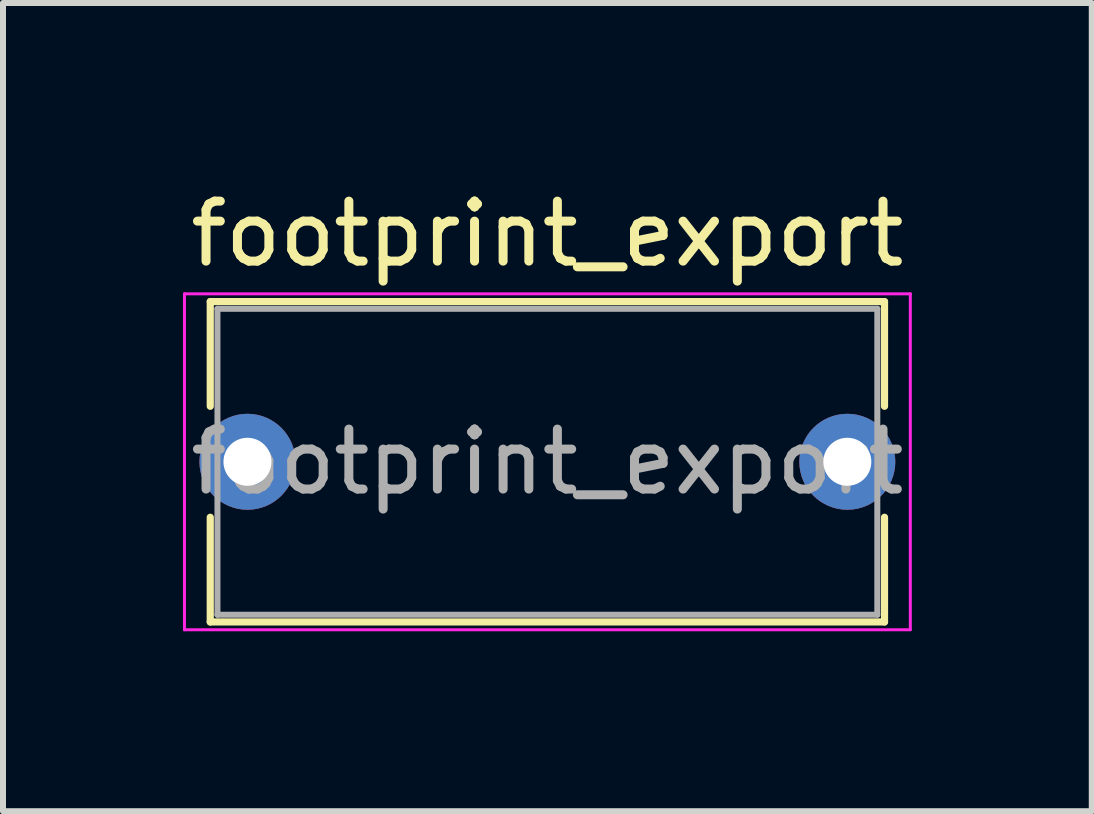
<source format=kicad_pcb>
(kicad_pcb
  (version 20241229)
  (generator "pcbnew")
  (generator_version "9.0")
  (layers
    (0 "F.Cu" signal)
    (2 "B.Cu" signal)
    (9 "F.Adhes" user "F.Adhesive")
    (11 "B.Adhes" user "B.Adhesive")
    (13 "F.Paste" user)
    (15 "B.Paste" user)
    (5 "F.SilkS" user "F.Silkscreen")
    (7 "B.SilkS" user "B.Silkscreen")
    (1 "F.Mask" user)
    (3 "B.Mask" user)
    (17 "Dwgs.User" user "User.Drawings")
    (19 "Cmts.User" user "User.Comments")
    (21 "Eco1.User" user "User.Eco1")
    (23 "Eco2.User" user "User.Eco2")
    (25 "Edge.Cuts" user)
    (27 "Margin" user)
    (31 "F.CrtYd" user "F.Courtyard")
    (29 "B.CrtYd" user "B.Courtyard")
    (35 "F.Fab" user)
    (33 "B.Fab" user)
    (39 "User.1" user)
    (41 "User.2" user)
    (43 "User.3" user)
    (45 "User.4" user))
  (footprint "footprint_export"
    (layer "F.Cu")
    (at 1.075 4.648)
    (property "Reference" "footprint_export" (at 5 -3.8 0) (layer "F.SilkS") (effects (font (size 1 1) (thickness 0.15))))
    (attr through_hole)
    (fp_line (start -0.62 -2.67) (end -0.62 -0.925) (stroke (width 0.12) (type solid)) (layer "F.SilkS"))
    (fp_line (start -0.62 -2.67) (end 10.62 -2.67) (stroke (width 0.12) (type solid)) (layer "F.SilkS"))
    (fp_line (start -0.62 0.925) (end -0.62 2.67) (stroke (width 0.12) (type solid)) (layer "F.SilkS"))
    (fp_line (start -0.62 2.67) (end 10.62 2.67) (stroke (width 0.12) (type solid)) (layer "F.SilkS"))
    (fp_line (start 10.62 -2.67) (end 10.62 -0.925) (stroke (width 0.12) (type solid)) (layer "F.SilkS"))
    (fp_line (start 10.62 0.925) (end 10.62 2.67) (stroke (width 0.12) (type solid)) (layer "F.SilkS"))
    (fp_line (start -1.05 -2.8) (end -1.05 2.8) (stroke (width 0.05) (type solid)) (layer "F.CrtYd"))
    (fp_line (start -1.05 2.8) (end 11.05 2.8) (stroke (width 0.05) (type solid)) (layer "F.CrtYd"))
    (fp_line (start 11.05 -2.8) (end -1.05 -2.8) (stroke (width 0.05) (type solid)) (layer "F.CrtYd"))
    (fp_line (start 11.05 2.8) (end 11.05 -2.8) (stroke (width 0.05) (type solid)) (layer "F.CrtYd"))
    (fp_line (start -0.5 -2.55) (end -0.5 2.55) (stroke (width 0.1) (type solid)) (layer "F.Fab"))
    (fp_line (start -0.5 2.55) (end 10.5 2.55) (stroke (width 0.1) (type solid)) (layer "F.Fab"))
    (fp_line (start 10.5 -2.55) (end -0.5 -2.55) (stroke (width 0.1) (type solid)) (layer "F.Fab"))
    (fp_line (start 10.5 2.55) (end 10.5 -2.55) (stroke (width 0.1) (type solid)) (layer "F.Fab"))
    (fp_text user "${REFERENCE}" (at 5 0 0) (layer "F.Fab") (effects (font (size 1 1) (thickness 0.15))))
    (pad "1" thru_hole circle (at 0 0) (size 1.6 1.6) (drill 0.8) (layers "*.Cu" "*.Mask"))
    (pad "2" thru_hole circle (at 10 0) (size 1.6 1.6) (drill 0.8) (layers "*.Cu" "*.Mask")))
  (gr_rect
    (start -3 -3)
    (end 15.15 10.473)
    (stroke (width 0.1) (type default))
    (fill no)
    (layer "Edge.Cuts")))
</source>
